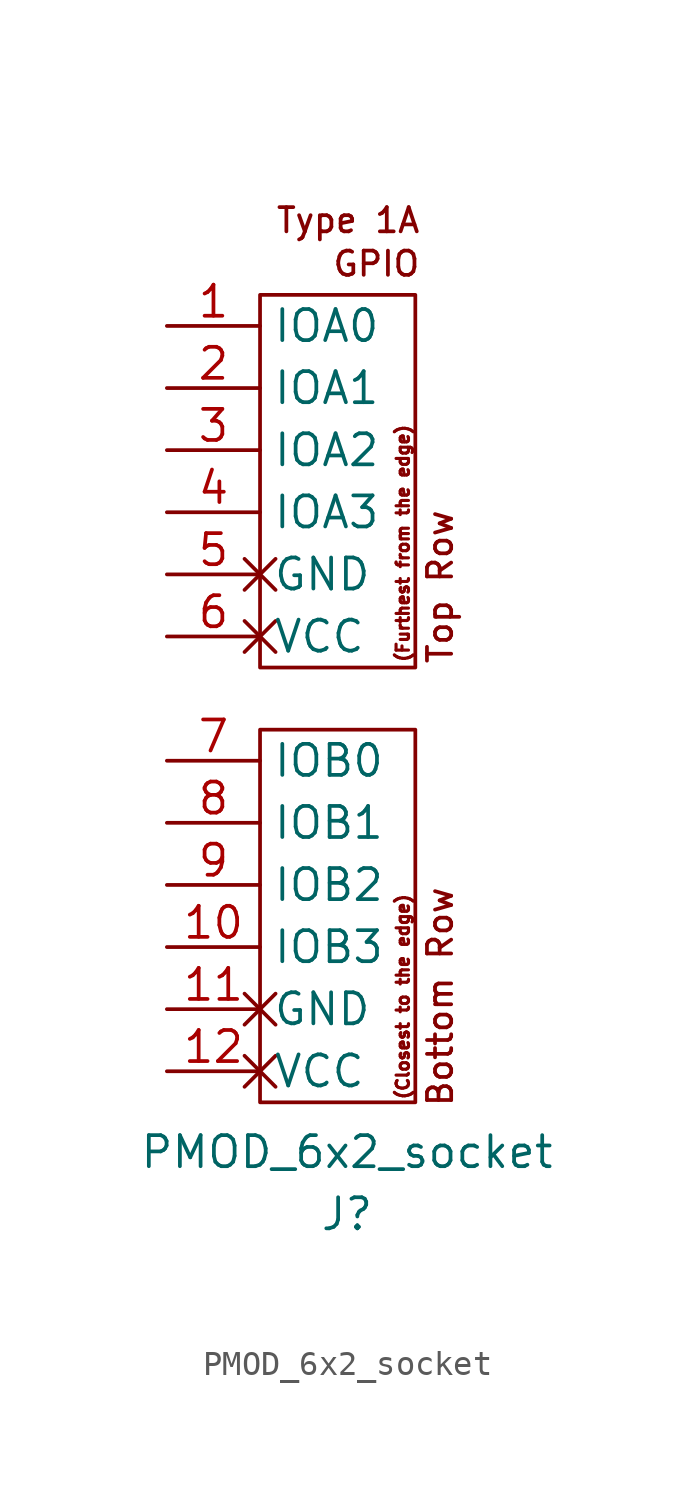
<source format=kicad_sym>
(kicad_symbol_lib
  (version 20211014)
  (generator kicad_symbol_editor)
  (symbol "PMOD_6x2_socket"
    (property "Reference" "J"
      (at 0 -21.59 0)
      (effects (font (size 1.27 1.27))))
    (property "Value" "PMOD_6x2_socket"
      (at 0 -19.05 0)
      (effects (font (size 1.27 1.27))))
    (symbol "PMOD_6x2_socket_0_0"
      (text "(Closest to the edge)" (at 2.286 -12.7 900) (effects (font (size 0.508 0.508))))
      (text "(Furthest from the edge)" (at 2.286 5.842 900) (effects (font (size 0.508 0.508))))
      (text "Bottom Row" (at 3.81 -12.7 900) (effects (font (size 0.991 0.991))))
      (text "GPIO" (at 3.048 17.272 0) (effects (font (size 0.991 0.991)) (justify right)))
      (text "Top Row" (at 3.81 4.064 900) (effects (font (size 0.991 0.991))))
      (text "Type 1A" (at 3.048 19.05 0) (effects (font (size 0.991 0.991)) (justify right))))
    (symbol "PMOD_6x2_socket_0_1"
      (rectangle (start -3.556 -17.018) (end 2.794 -1.778) (stroke (width 0) (type default) (color 0 0 0 0)) (fill (type none)))
      (rectangle (start 2.794 0.762) (end -3.556 16.002) (stroke (width 0) (type default) (color 0 0 0 0)) (fill (type none))))
    (symbol "PMOD_6x2_socket_1_1"
      (pin bidirectional line (at -7.366 14.732 0) (length 3.81) (name "IOA0" (effects (font (size 1.27 1.27)))) (number "1" (effects (font (size 1.27 1.27)))))
      (pin bidirectional line (at -7.366 -10.668 0) (length 3.81) (name "IOB3" (effects (font (size 1.27 1.27)))) (number "10" (effects (font (size 1.27 1.27)))))
      (pin power_out non_logic (at -7.366 -13.208 0) (length 3.81) (name "GND" (effects (font (size 1.27 1.27)))) (number "11" (effects (font (size 1.27 1.27)))))
      (pin power_out non_logic (at -7.366 -15.748 0) (length 3.81) (name "VCC" (effects (font (size 1.27 1.27)))) (number "12" (effects (font (size 1.27 1.27)))))
      (pin bidirectional line (at -7.366 12.192 0) (length 3.81) (name "IOA1" (effects (font (size 1.27 1.27)))) (number "2" (effects (font (size 1.27 1.27)))))
      (pin bidirectional line (at -7.366 9.652 0) (length 3.81) (name "IOA2" (effects (font (size 1.27 1.27)))) (number "3" (effects (font (size 1.27 1.27)))))
      (pin bidirectional line (at -7.366 7.112 0) (length 3.81) (name "IOA3" (effects (font (size 1.27 1.27)))) (number "4" (effects (font (size 1.27 1.27)))))
      (pin power_out non_logic (at -7.366 4.572 0) (length 3.81) (name "GND" (effects (font (size 1.27 1.27)))) (number "5" (effects (font (size 1.27 1.27)))))
      (pin power_out non_logic (at -7.366 2.032 0) (length 3.81) (name "VCC" (effects (font (size 1.27 1.27)))) (number "6" (effects (font (size 1.27 1.27)))))
      (pin bidirectional line (at -7.366 -3.048 0) (length 3.81) (name "IOB0" (effects (font (size 1.27 1.27)))) (number "7" (effects (font (size 1.27 1.27)))))
      (pin bidirectional line (at -7.366 -5.588 0) (length 3.81) (name "IOB1" (effects (font (size 1.27 1.27)))) (number "8" (effects (font (size 1.27 1.27)))))
      (pin bidirectional line (at -7.366 -8.128 0) (length 3.81) (name "IOB2" (effects (font (size 1.27 1.27)))) (number "9" (effects (font (size 1.27 1.27))))))))
</source>
